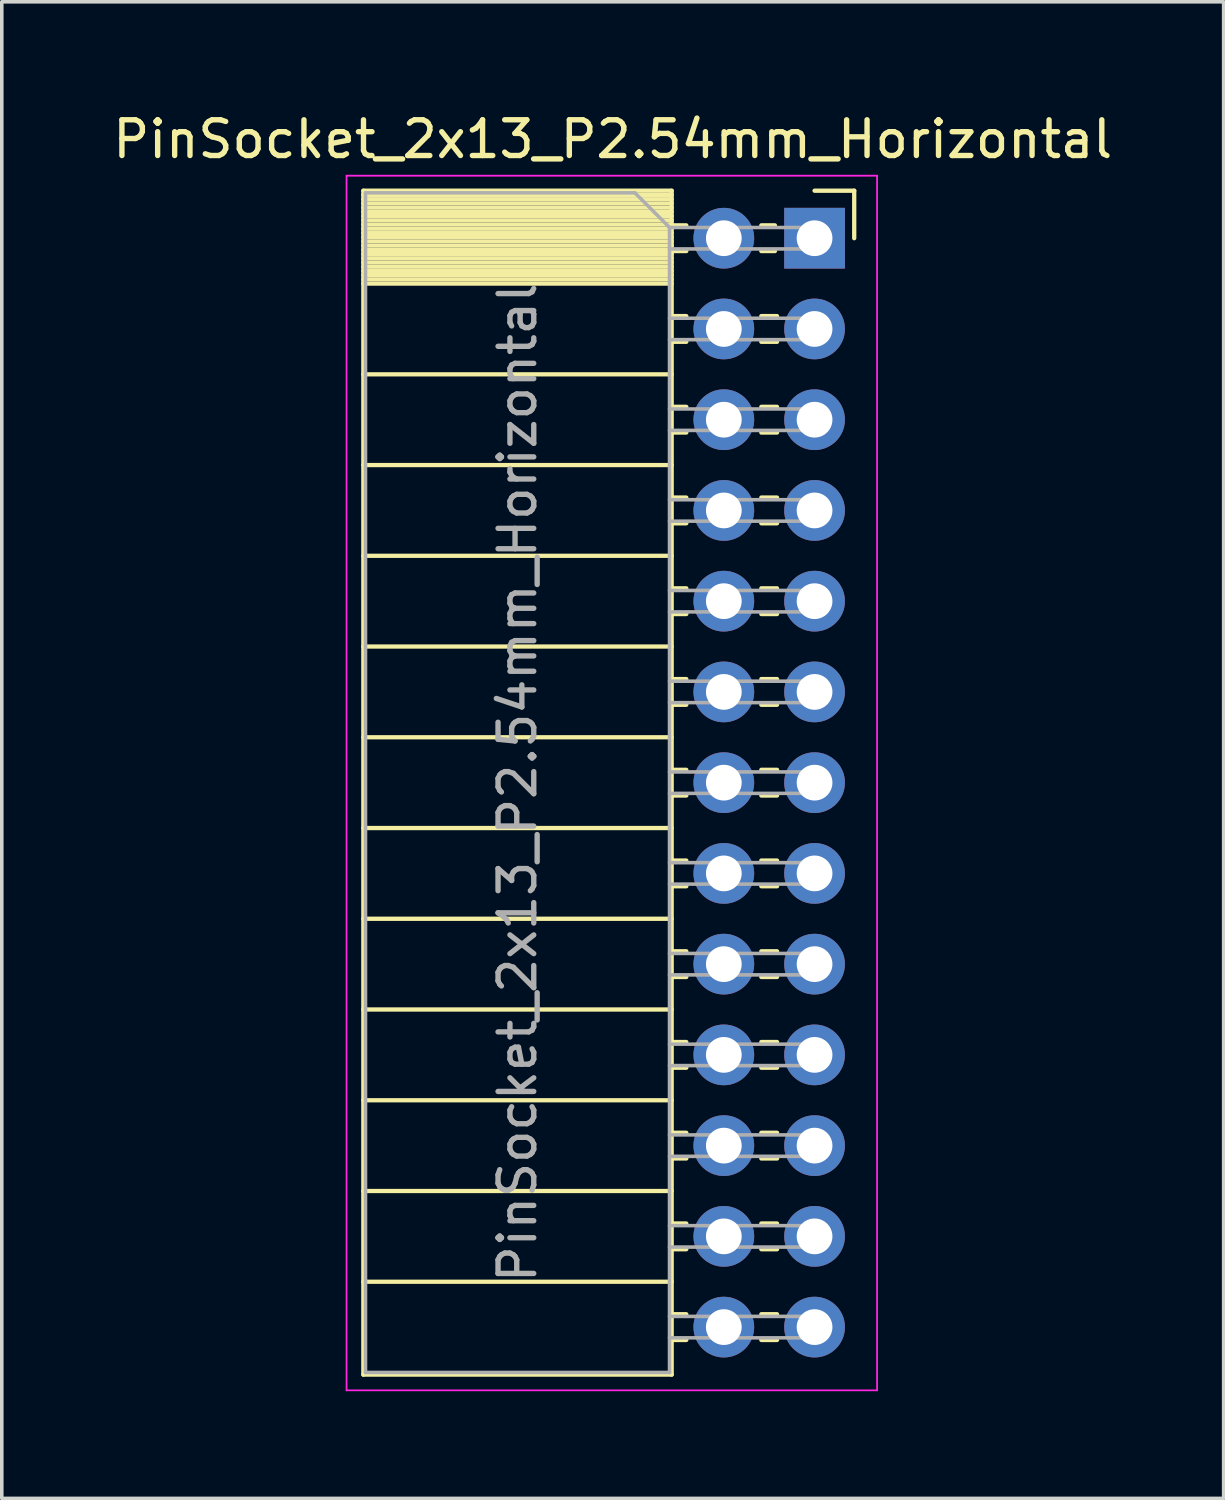
<source format=kicad_pcb>
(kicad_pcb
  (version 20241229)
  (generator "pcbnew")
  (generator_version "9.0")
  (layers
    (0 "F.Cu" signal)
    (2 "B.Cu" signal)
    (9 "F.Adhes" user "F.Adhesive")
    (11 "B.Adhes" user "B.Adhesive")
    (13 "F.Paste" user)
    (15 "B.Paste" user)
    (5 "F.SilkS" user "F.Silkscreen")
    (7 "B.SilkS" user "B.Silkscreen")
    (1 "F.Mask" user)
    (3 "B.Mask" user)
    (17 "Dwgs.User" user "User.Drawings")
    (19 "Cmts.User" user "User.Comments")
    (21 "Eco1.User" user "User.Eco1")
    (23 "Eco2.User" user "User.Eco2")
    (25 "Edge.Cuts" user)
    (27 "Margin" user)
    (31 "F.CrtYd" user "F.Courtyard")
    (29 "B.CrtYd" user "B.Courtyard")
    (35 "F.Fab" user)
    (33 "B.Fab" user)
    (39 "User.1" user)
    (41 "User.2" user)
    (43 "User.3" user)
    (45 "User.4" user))
  (footprint "PinSocket_2x13_P2.54mm_Horizontal"
    (layer "F.Cu")
    (at 19.751 3.618)
    (property "Reference" "PinSocket_2x13_P2.54mm_Horizontal" (at -5.65 -2.77 0) (layer "F.SilkS") (effects (font (size 1 1) (thickness 0.15))))
    (attr through_hole)
    (fp_line (start -12.63 -1.33) (end -12.63 31.81) (stroke (width 0.12) (type solid)) (layer "F.SilkS"))
    (fp_line (start -12.63 -1.33) (end -4 -1.33) (stroke (width 0.12) (type solid)) (layer "F.SilkS"))
    (fp_line (start -12.63 -1.21) (end -4 -1.21) (stroke (width 0.12) (type solid)) (layer "F.SilkS"))
    (fp_line (start -12.63 -1.092) (end -4 -1.092) (stroke (width 0.12) (type solid)) (layer "F.SilkS"))
    (fp_line (start -12.63 -0.974) (end -4 -0.974) (stroke (width 0.12) (type solid)) (layer "F.SilkS"))
    (fp_line (start -12.63 -0.856) (end -4 -0.856) (stroke (width 0.12) (type solid)) (layer "F.SilkS"))
    (fp_line (start -12.63 -0.738) (end -4 -0.738) (stroke (width 0.12) (type solid)) (layer "F.SilkS"))
    (fp_line (start -12.63 -0.62) (end -4 -0.62) (stroke (width 0.12) (type solid)) (layer "F.SilkS"))
    (fp_line (start -12.63 -0.501) (end -4 -0.501) (stroke (width 0.12) (type solid)) (layer "F.SilkS"))
    (fp_line (start -12.63 -0.383) (end -4 -0.383) (stroke (width 0.12) (type solid)) (layer "F.SilkS"))
    (fp_line (start -12.63 -0.265) (end -4 -0.265) (stroke (width 0.12) (type solid)) (layer "F.SilkS"))
    (fp_line (start -12.63 -0.147) (end -4 -0.147) (stroke (width 0.12) (type solid)) (layer "F.SilkS"))
    (fp_line (start -12.63 -0.029) (end -4 -0.029) (stroke (width 0.12) (type solid)) (layer "F.SilkS"))
    (fp_line (start -12.63 0.089) (end -4 0.089) (stroke (width 0.12) (type solid)) (layer "F.SilkS"))
    (fp_line (start -12.63 0.207) (end -4 0.207) (stroke (width 0.12) (type solid)) (layer "F.SilkS"))
    (fp_line (start -12.63 0.325) (end -4 0.325) (stroke (width 0.12) (type solid)) (layer "F.SilkS"))
    (fp_line (start -12.63 0.443) (end -4 0.443) (stroke (width 0.12) (type solid)) (layer "F.SilkS"))
    (fp_line (start -12.63 0.561) (end -4 0.561) (stroke (width 0.12) (type solid)) (layer "F.SilkS"))
    (fp_line (start -12.63 0.68) (end -4 0.68) (stroke (width 0.12) (type solid)) (layer "F.SilkS"))
    (fp_line (start -12.63 0.798) (end -4 0.798) (stroke (width 0.12) (type solid)) (layer "F.SilkS"))
    (fp_line (start -12.63 0.916) (end -4 0.916) (stroke (width 0.12) (type solid)) (layer "F.SilkS"))
    (fp_line (start -12.63 1.034) (end -4 1.034) (stroke (width 0.12) (type solid)) (layer "F.SilkS"))
    (fp_line (start -12.63 1.152) (end -4 1.152) (stroke (width 0.12) (type solid)) (layer "F.SilkS"))
    (fp_line (start -12.63 1.27) (end -4 1.27) (stroke (width 0.12) (type solid)) (layer "F.SilkS"))
    (fp_line (start -12.63 3.81) (end -4 3.81) (stroke (width 0.12) (type solid)) (layer "F.SilkS"))
    (fp_line (start -12.63 6.35) (end -4 6.35) (stroke (width 0.12) (type solid)) (layer "F.SilkS"))
    (fp_line (start -12.63 8.89) (end -4 8.89) (stroke (width 0.12) (type solid)) (layer "F.SilkS"))
    (fp_line (start -12.63 11.43) (end -4 11.43) (stroke (width 0.12) (type solid)) (layer "F.SilkS"))
    (fp_line (start -12.63 13.97) (end -4 13.97) (stroke (width 0.12) (type solid)) (layer "F.SilkS"))
    (fp_line (start -12.63 16.51) (end -4 16.51) (stroke (width 0.12) (type solid)) (layer "F.SilkS"))
    (fp_line (start -12.63 19.05) (end -4 19.05) (stroke (width 0.12) (type solid)) (layer "F.SilkS"))
    (fp_line (start -12.63 21.59) (end -4 21.59) (stroke (width 0.12) (type solid)) (layer "F.SilkS"))
    (fp_line (start -12.63 24.13) (end -4 24.13) (stroke (width 0.12) (type solid)) (layer "F.SilkS"))
    (fp_line (start -12.63 26.67) (end -4 26.67) (stroke (width 0.12) (type solid)) (layer "F.SilkS"))
    (fp_line (start -12.63 29.21) (end -4 29.21) (stroke (width 0.12) (type solid)) (layer "F.SilkS"))
    (fp_line (start -12.63 31.81) (end -4 31.81) (stroke (width 0.12) (type solid)) (layer "F.SilkS"))
    (fp_line (start -4 -1.33) (end -4 31.81) (stroke (width 0.12) (type solid)) (layer "F.SilkS"))
    (fp_line (start -4 -0.36) (end -3.59 -0.36) (stroke (width 0.12) (type solid)) (layer "F.SilkS"))
    (fp_line (start -4 0.36) (end -3.59 0.36) (stroke (width 0.12) (type solid)) (layer "F.SilkS"))
    (fp_line (start -4 2.18) (end -3.59 2.18) (stroke (width 0.12) (type solid)) (layer "F.SilkS"))
    (fp_line (start -4 2.9) (end -3.59 2.9) (stroke (width 0.12) (type solid)) (layer "F.SilkS"))
    (fp_line (start -4 4.72) (end -3.59 4.72) (stroke (width 0.12) (type solid)) (layer "F.SilkS"))
    (fp_line (start -4 5.44) (end -3.59 5.44) (stroke (width 0.12) (type solid)) (layer "F.SilkS"))
    (fp_line (start -4 7.26) (end -3.59 7.26) (stroke (width 0.12) (type solid)) (layer "F.SilkS"))
    (fp_line (start -4 7.98) (end -3.59 7.98) (stroke (width 0.12) (type solid)) (layer "F.SilkS"))
    (fp_line (start -4 9.8) (end -3.59 9.8) (stroke (width 0.12) (type solid)) (layer "F.SilkS"))
    (fp_line (start -4 10.52) (end -3.59 10.52) (stroke (width 0.12) (type solid)) (layer "F.SilkS"))
    (fp_line (start -4 12.34) (end -3.59 12.34) (stroke (width 0.12) (type solid)) (layer "F.SilkS"))
    (fp_line (start -4 13.06) (end -3.59 13.06) (stroke (width 0.12) (type solid)) (layer "F.SilkS"))
    (fp_line (start -4 14.88) (end -3.59 14.88) (stroke (width 0.12) (type solid)) (layer "F.SilkS"))
    (fp_line (start -4 15.6) (end -3.59 15.6) (stroke (width 0.12) (type solid)) (layer "F.SilkS"))
    (fp_line (start -4 17.42) (end -3.59 17.42) (stroke (width 0.12) (type solid)) (layer "F.SilkS"))
    (fp_line (start -4 18.14) (end -3.59 18.14) (stroke (width 0.12) (type solid)) (layer "F.SilkS"))
    (fp_line (start -4 19.96) (end -3.59 19.96) (stroke (width 0.12) (type solid)) (layer "F.SilkS"))
    (fp_line (start -4 20.68) (end -3.59 20.68) (stroke (width 0.12) (type solid)) (layer "F.SilkS"))
    (fp_line (start -4 22.5) (end -3.59 22.5) (stroke (width 0.12) (type solid)) (layer "F.SilkS"))
    (fp_line (start -4 23.22) (end -3.59 23.22) (stroke (width 0.12) (type solid)) (layer "F.SilkS"))
    (fp_line (start -4 25.04) (end -3.59 25.04) (stroke (width 0.12) (type solid)) (layer "F.SilkS"))
    (fp_line (start -4 25.76) (end -3.59 25.76) (stroke (width 0.12) (type solid)) (layer "F.SilkS"))
    (fp_line (start -4 27.58) (end -3.59 27.58) (stroke (width 0.12) (type solid)) (layer "F.SilkS"))
    (fp_line (start -4 28.3) (end -3.59 28.3) (stroke (width 0.12) (type solid)) (layer "F.SilkS"))
    (fp_line (start -4 30.12) (end -3.59 30.12) (stroke (width 0.12) (type solid)) (layer "F.SilkS"))
    (fp_line (start -4 30.84) (end -3.59 30.84) (stroke (width 0.12) (type solid)) (layer "F.SilkS"))
    (fp_line (start -1.49 -0.36) (end -1.11 -0.36) (stroke (width 0.12) (type solid)) (layer "F.SilkS"))
    (fp_line (start -1.49 0.36) (end -1.11 0.36) (stroke (width 0.12) (type solid)) (layer "F.SilkS"))
    (fp_line (start -1.49 2.18) (end -1.05 2.18) (stroke (width 0.12) (type solid)) (layer "F.SilkS"))
    (fp_line (start -1.49 2.9) (end -1.05 2.9) (stroke (width 0.12) (type solid)) (layer "F.SilkS"))
    (fp_line (start -1.49 4.72) (end -1.05 4.72) (stroke (width 0.12) (type solid)) (layer "F.SilkS"))
    (fp_line (start -1.49 5.44) (end -1.05 5.44) (stroke (width 0.12) (type solid)) (layer "F.SilkS"))
    (fp_line (start -1.49 7.26) (end -1.05 7.26) (stroke (width 0.12) (type solid)) (layer "F.SilkS"))
    (fp_line (start -1.49 7.98) (end -1.05 7.98) (stroke (width 0.12) (type solid)) (layer "F.SilkS"))
    (fp_line (start -1.49 9.8) (end -1.05 9.8) (stroke (width 0.12) (type solid)) (layer "F.SilkS"))
    (fp_line (start -1.49 10.52) (end -1.05 10.52) (stroke (width 0.12) (type solid)) (layer "F.SilkS"))
    (fp_line (start -1.49 12.34) (end -1.05 12.34) (stroke (width 0.12) (type solid)) (layer "F.SilkS"))
    (fp_line (start -1.49 13.06) (end -1.05 13.06) (stroke (width 0.12) (type solid)) (layer "F.SilkS"))
    (fp_line (start -1.49 14.88) (end -1.05 14.88) (stroke (width 0.12) (type solid)) (layer "F.SilkS"))
    (fp_line (start -1.49 15.6) (end -1.05 15.6) (stroke (width 0.12) (type solid)) (layer "F.SilkS"))
    (fp_line (start -1.49 17.42) (end -1.05 17.42) (stroke (width 0.12) (type solid)) (layer "F.SilkS"))
    (fp_line (start -1.49 18.14) (end -1.05 18.14) (stroke (width 0.12) (type solid)) (layer "F.SilkS"))
    (fp_line (start -1.49 19.96) (end -1.05 19.96) (stroke (width 0.12) (type solid)) (layer "F.SilkS"))
    (fp_line (start -1.49 20.68) (end -1.05 20.68) (stroke (width 0.12) (type solid)) (layer "F.SilkS"))
    (fp_line (start -1.49 22.5) (end -1.05 22.5) (stroke (width 0.12) (type solid)) (layer "F.SilkS"))
    (fp_line (start -1.49 23.22) (end -1.05 23.22) (stroke (width 0.12) (type solid)) (layer "F.SilkS"))
    (fp_line (start -1.49 25.04) (end -1.05 25.04) (stroke (width 0.12) (type solid)) (layer "F.SilkS"))
    (fp_line (start -1.49 25.76) (end -1.05 25.76) (stroke (width 0.12) (type solid)) (layer "F.SilkS"))
    (fp_line (start -1.49 27.58) (end -1.05 27.58) (stroke (width 0.12) (type solid)) (layer "F.SilkS"))
    (fp_line (start -1.49 28.3) (end -1.05 28.3) (stroke (width 0.12) (type solid)) (layer "F.SilkS"))
    (fp_line (start -1.49 30.12) (end -1.05 30.12) (stroke (width 0.12) (type solid)) (layer "F.SilkS"))
    (fp_line (start -1.49 30.84) (end -1.05 30.84) (stroke (width 0.12) (type solid)) (layer "F.SilkS"))
    (fp_line (start 0 -1.33) (end 1.11 -1.33) (stroke (width 0.12) (type solid)) (layer "F.SilkS"))
    (fp_line (start 1.11 -1.33) (end 1.11 0) (stroke (width 0.12) (type solid)) (layer "F.SilkS"))
    (fp_line (start -13.1 -1.75) (end -13.1 32.25) (stroke (width 0.05) (type solid)) (layer "F.CrtYd"))
    (fp_line (start -13.1 32.25) (end 1.75 32.25) (stroke (width 0.05) (type solid)) (layer "F.CrtYd"))
    (fp_line (start 1.75 -1.75) (end -13.1 -1.75) (stroke (width 0.05) (type solid)) (layer "F.CrtYd"))
    (fp_line (start 1.75 32.25) (end 1.75 -1.75) (stroke (width 0.05) (type solid)) (layer "F.CrtYd"))
    (fp_line (start -12.57 -1.27) (end -5.03 -1.27) (stroke (width 0.1) (type solid)) (layer "F.Fab"))
    (fp_line (start -12.57 31.75) (end -12.57 -1.27) (stroke (width 0.1) (type solid)) (layer "F.Fab"))
    (fp_line (start -5.03 -1.27) (end -4.06 -0.3) (stroke (width 0.1) (type solid)) (layer "F.Fab"))
    (fp_line (start -4.06 -0.3) (end -4.06 31.75) (stroke (width 0.1) (type solid)) (layer "F.Fab"))
    (fp_line (start -4.06 0.3) (end 0 0.3) (stroke (width 0.1) (type solid)) (layer "F.Fab"))
    (fp_line (start -4.06 2.84) (end 0 2.84) (stroke (width 0.1) (type solid)) (layer "F.Fab"))
    (fp_line (start -4.06 5.38) (end 0 5.38) (stroke (width 0.1) (type solid)) (layer "F.Fab"))
    (fp_line (start -4.06 7.92) (end 0 7.92) (stroke (width 0.1) (type solid)) (layer "F.Fab"))
    (fp_line (start -4.06 10.46) (end 0 10.46) (stroke (width 0.1) (type solid)) (layer "F.Fab"))
    (fp_line (start -4.06 13) (end 0 13) (stroke (width 0.1) (type solid)) (layer "F.Fab"))
    (fp_line (start -4.06 15.54) (end 0 15.54) (stroke (width 0.1) (type solid)) (layer "F.Fab"))
    (fp_line (start -4.06 18.08) (end 0 18.08) (stroke (width 0.1) (type solid)) (layer "F.Fab"))
    (fp_line (start -4.06 20.62) (end 0 20.62) (stroke (width 0.1) (type solid)) (layer "F.Fab"))
    (fp_line (start -4.06 23.16) (end 0 23.16) (stroke (width 0.1) (type solid)) (layer "F.Fab"))
    (fp_line (start -4.06 25.7) (end 0 25.7) (stroke (width 0.1) (type solid)) (layer "F.Fab"))
    (fp_line (start -4.06 28.24) (end 0 28.24) (stroke (width 0.1) (type solid)) (layer "F.Fab"))
    (fp_line (start -4.06 30.78) (end 0 30.78) (stroke (width 0.1) (type solid)) (layer "F.Fab"))
    (fp_line (start -4.06 31.75) (end -12.57 31.75) (stroke (width 0.1) (type solid)) (layer "F.Fab"))
    (fp_line (start 0 -0.3) (end -4.06 -0.3) (stroke (width 0.1) (type solid)) (layer "F.Fab"))
    (fp_line (start 0 0.3) (end 0 -0.3) (stroke (width 0.1) (type solid)) (layer "F.Fab"))
    (fp_line (start 0 2.24) (end -4.06 2.24) (stroke (width 0.1) (type solid)) (layer "F.Fab"))
    (fp_line (start 0 2.84) (end 0 2.24) (stroke (width 0.1) (type solid)) (layer "F.Fab"))
    (fp_line (start 0 4.78) (end -4.06 4.78) (stroke (width 0.1) (type solid)) (layer "F.Fab"))
    (fp_line (start 0 5.38) (end 0 4.78) (stroke (width 0.1) (type solid)) (layer "F.Fab"))
    (fp_line (start 0 7.32) (end -4.06 7.32) (stroke (width 0.1) (type solid)) (layer "F.Fab"))
    (fp_line (start 0 7.92) (end 0 7.32) (stroke (width 0.1) (type solid)) (layer "F.Fab"))
    (fp_line (start 0 9.86) (end -4.06 9.86) (stroke (width 0.1) (type solid)) (layer "F.Fab"))
    (fp_line (start 0 10.46) (end 0 9.86) (stroke (width 0.1) (type solid)) (layer "F.Fab"))
    (fp_line (start 0 12.4) (end -4.06 12.4) (stroke (width 0.1) (type solid)) (layer "F.Fab"))
    (fp_line (start 0 13) (end 0 12.4) (stroke (width 0.1) (type solid)) (layer "F.Fab"))
    (fp_line (start 0 14.94) (end -4.06 14.94) (stroke (width 0.1) (type solid)) (layer "F.Fab"))
    (fp_line (start 0 15.54) (end 0 14.94) (stroke (width 0.1) (type solid)) (layer "F.Fab"))
    (fp_line (start 0 17.48) (end -4.06 17.48) (stroke (width 0.1) (type solid)) (layer "F.Fab"))
    (fp_line (start 0 18.08) (end 0 17.48) (stroke (width 0.1) (type solid)) (layer "F.Fab"))
    (fp_line (start 0 20.02) (end -4.06 20.02) (stroke (width 0.1) (type solid)) (layer "F.Fab"))
    (fp_line (start 0 20.62) (end 0 20.02) (stroke (width 0.1) (type solid)) (layer "F.Fab"))
    (fp_line (start 0 22.56) (end -4.06 22.56) (stroke (width 0.1) (type solid)) (layer "F.Fab"))
    (fp_line (start 0 23.16) (end 0 22.56) (stroke (width 0.1) (type solid)) (layer "F.Fab"))
    (fp_line (start 0 25.1) (end -4.06 25.1) (stroke (width 0.1) (type solid)) (layer "F.Fab"))
    (fp_line (start 0 25.7) (end 0 25.1) (stroke (width 0.1) (type solid)) (layer "F.Fab"))
    (fp_line (start 0 27.64) (end -4.06 27.64) (stroke (width 0.1) (type solid)) (layer "F.Fab"))
    (fp_line (start 0 28.24) (end 0 27.64) (stroke (width 0.1) (type solid)) (layer "F.Fab"))
    (fp_line (start 0 30.18) (end -4.06 30.18) (stroke (width 0.1) (type solid)) (layer "F.Fab"))
    (fp_line (start 0 30.78) (end 0 30.18) (stroke (width 0.1) (type solid)) (layer "F.Fab"))
    (fp_text user "${REFERENCE}" (at -8.315 15.24 90) (layer "F.Fab") (effects (font (size 1 1) (thickness 0.15))))
    (pad "1" thru_hole rect (at 0 0) (size 1.7 1.7) (drill 1) (layers "*.Cu" "*.Mask"))
    (pad "2" thru_hole circle (at -2.54 0) (size 1.7 1.7) (drill 1) (layers "*.Cu" "*.Mask"))
    (pad "3" thru_hole circle (at 0 2.54) (size 1.7 1.7) (drill 1) (layers "*.Cu" "*.Mask"))
    (pad "4" thru_hole circle (at -2.54 2.54) (size 1.7 1.7) (drill 1) (layers "*.Cu" "*.Mask"))
    (pad "5" thru_hole circle (at 0 5.08) (size 1.7 1.7) (drill 1) (layers "*.Cu" "*.Mask"))
    (pad "6" thru_hole circle (at -2.54 5.08) (size 1.7 1.7) (drill 1) (layers "*.Cu" "*.Mask"))
    (pad "7" thru_hole circle (at 0 7.62) (size 1.7 1.7) (drill 1) (layers "*.Cu" "*.Mask"))
    (pad "8" thru_hole circle (at -2.54 7.62) (size 1.7 1.7) (drill 1) (layers "*.Cu" "*.Mask"))
    (pad "9" thru_hole circle (at 0 10.16) (size 1.7 1.7) (drill 1) (layers "*.Cu" "*.Mask"))
    (pad "10" thru_hole circle (at -2.54 10.16) (size 1.7 1.7) (drill 1) (layers "*.Cu" "*.Mask"))
    (pad "11" thru_hole circle (at 0 12.7) (size 1.7 1.7) (drill 1) (layers "*.Cu" "*.Mask"))
    (pad "12" thru_hole circle (at -2.54 12.7) (size 1.7 1.7) (drill 1) (layers "*.Cu" "*.Mask"))
    (pad "13" thru_hole circle (at 0 15.24) (size 1.7 1.7) (drill 1) (layers "*.Cu" "*.Mask"))
    (pad "14" thru_hole circle (at -2.54 15.24) (size 1.7 1.7) (drill 1) (layers "*.Cu" "*.Mask"))
    (pad "15" thru_hole circle (at 0 17.78) (size 1.7 1.7) (drill 1) (layers "*.Cu" "*.Mask"))
    (pad "16" thru_hole circle (at -2.54 17.78) (size 1.7 1.7) (drill 1) (layers "*.Cu" "*.Mask"))
    (pad "17" thru_hole circle (at 0 20.32) (size 1.7 1.7) (drill 1) (layers "*.Cu" "*.Mask"))
    (pad "18" thru_hole circle (at -2.54 20.32) (size 1.7 1.7) (drill 1) (layers "*.Cu" "*.Mask"))
    (pad "19" thru_hole circle (at 0 22.86) (size 1.7 1.7) (drill 1) (layers "*.Cu" "*.Mask"))
    (pad "20" thru_hole circle (at -2.54 22.86) (size 1.7 1.7) (drill 1) (layers "*.Cu" "*.Mask"))
    (pad "21" thru_hole circle (at 0 25.4) (size 1.7 1.7) (drill 1) (layers "*.Cu" "*.Mask"))
    (pad "22" thru_hole circle (at -2.54 25.4) (size 1.7 1.7) (drill 1) (layers "*.Cu" "*.Mask"))
    (pad "23" thru_hole circle (at 0 27.94) (size 1.7 1.7) (drill 1) (layers "*.Cu" "*.Mask"))
    (pad "24" thru_hole circle (at -2.54 27.94) (size 1.7 1.7) (drill 1) (layers "*.Cu" "*.Mask"))
    (pad "25" thru_hole circle (at 0 30.48) (size 1.7 1.7) (drill 1) (layers "*.Cu" "*.Mask"))
    (pad "26" thru_hole circle (at -2.54 30.48) (size 1.7 1.7) (drill 1) (layers "*.Cu" "*.Mask")))
  (gr_rect
    (start -3 -3)
    (end 31.202 38.893)
    (stroke (width 0.1) (type default))
    (fill no)
    (layer "Edge.Cuts")))
</source>
